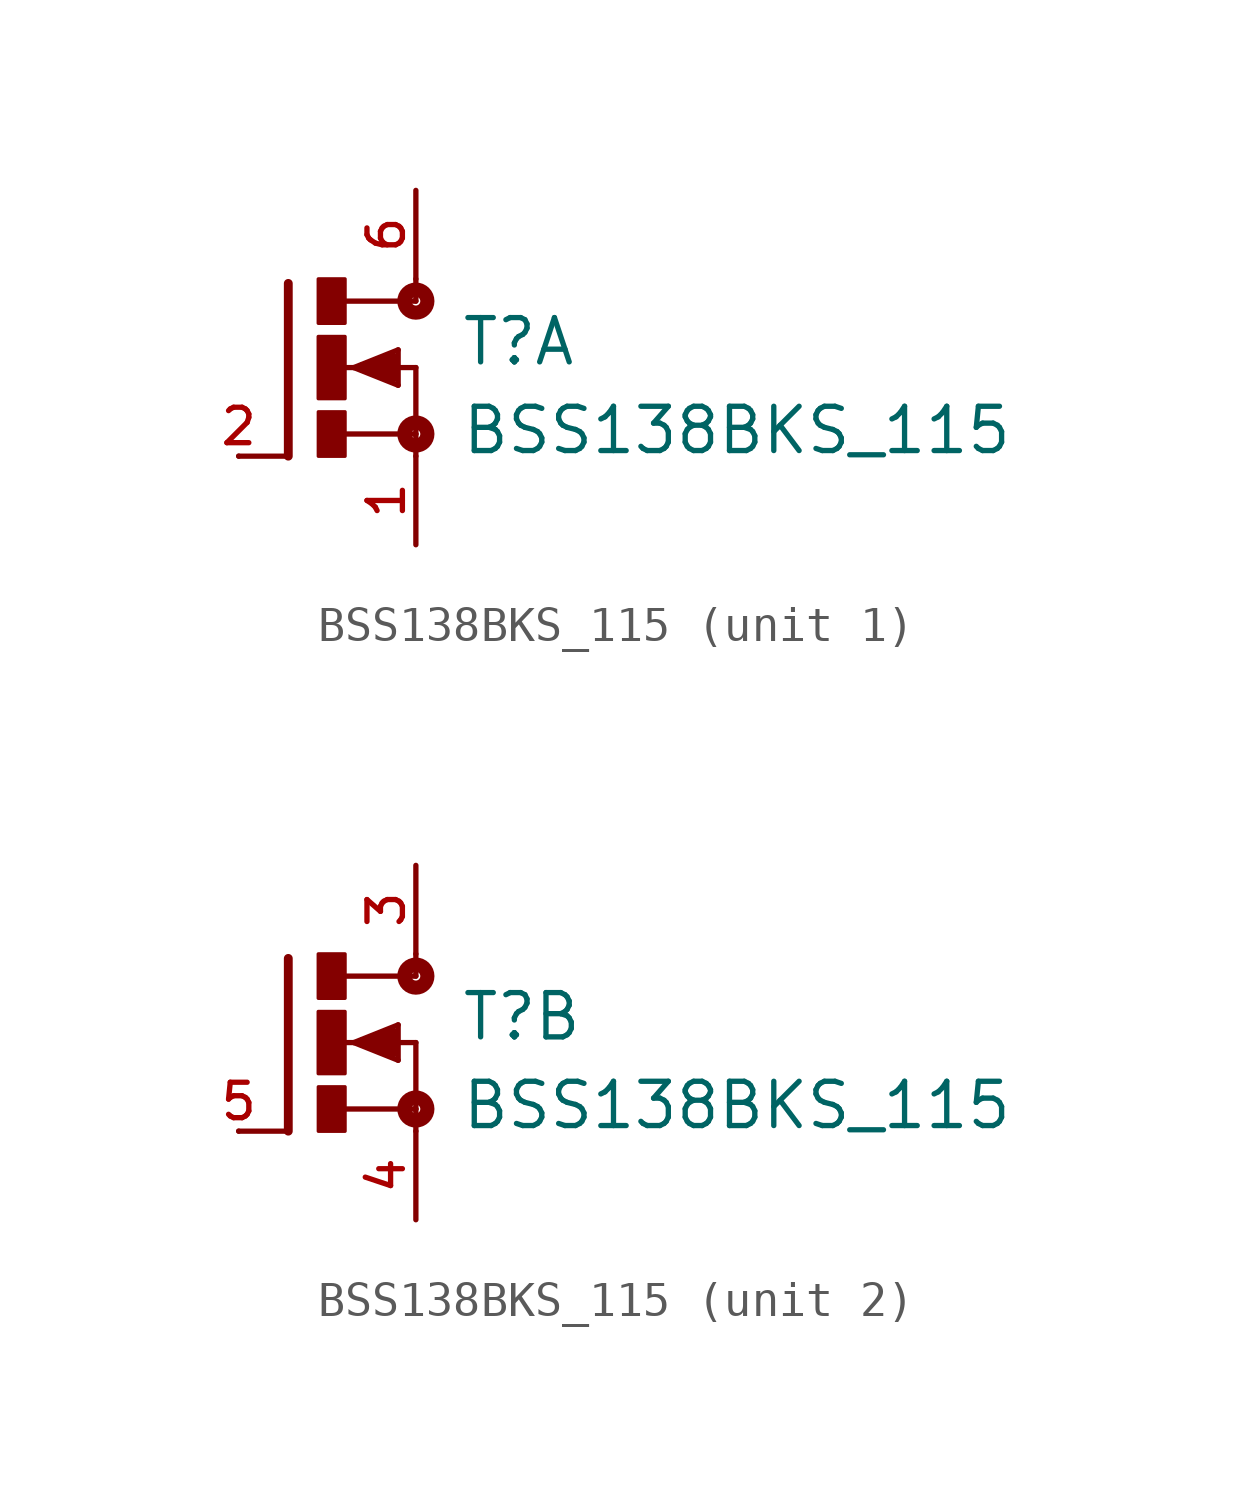
<source format=kicad_sym>
(kicad_symbol_lib
  (version 20211014)
  (generator kicad_symbol_editor)
  (symbol "BSS138BKS_115"
    (pin_names
      (offset 1.016))
    (property "Reference" "T"
      (at 1.272 0.0 0)
      (effects (font (size 1.27 1.27)) (justify bottom left)))
    (property "Value" "BSS138BKS_115"
      (at 1.272 -2.543 0)
      (effects (font (size 1.27 1.27)) (justify bottom left)))
    (symbol "BSS138BKS_115_1_0"
      (polyline (pts (xy -3.658 2.413) (xy -3.658 -2.54)) (stroke (width 0.254)))
      (polyline (pts (xy -3.658 -2.54) (xy -5.08 -2.54)) (stroke (width 0.152)))
      (polyline (pts (xy 0.0 1.905) (xy -2.007 1.905)) (stroke (width 0.152)))
      (polyline (pts (xy 0.0 0.0) (xy 0.0 -1.905)) (stroke (width 0.152)))
      (polyline (pts (xy -2.032 -1.905) (xy 0.0 -1.905)) (stroke (width 0.152)))
      (polyline (pts (xy 0.0 2.54) (xy 0.0 1.905)) (stroke (width 0.152)))
      (polyline (pts (xy 0.0 -1.905) (xy 0.0 -2.54)) (stroke (width 0.152)))
      (polyline (pts (xy -1.397 0.0) (xy -2.286 0.0)) (stroke (width 0.152)))
      (polyline (pts (xy -1.778 0.0) (xy -0.508 -0.508)) (stroke (width 0.152)))
      (polyline (pts (xy -0.508 -0.508) (xy -0.508 0.508)) (stroke (width 0.152)))
      (polyline (pts (xy -0.508 0.508) (xy -1.778 0.0)) (stroke (width 0.152)))
      (polyline (pts (xy -0.635 0.0) (xy 0.0 0.0)) (stroke (width 0.152)))
      (polyline (pts (xy -0.635 0.254) (xy -1.524 0.0)) (stroke (width 0.305)))
      (polyline (pts (xy -1.524 0.0) (xy -0.635 -0.254)) (stroke (width 0.305)))
      (polyline (pts (xy -0.635 -0.254) (xy -0.635 0.0)) (stroke (width 0.305)))
      (polyline (pts (xy -0.635 0.0) (xy -0.889 0.0)) (stroke (width 0.305)))
      (circle (center 0.0 -1.905) (radius 0.127) (stroke (width 0.406)) (fill (type none)))
      (circle (center 0.0 1.905) (radius 0.127) (stroke (width 0.406)) (fill (type none)))
      (rectangle (start -2.795 -2.541) (end -2.032 -1.27) (stroke (width 0.1)) (fill (type outline)))
      (rectangle (start -2.797 1.271) (end -2.032 2.54) (stroke (width 0.1)) (fill (type outline)))
      (rectangle (start -2.798 -0.89) (end -2.032 0.889) (stroke (width 0.1)) (fill (type outline)))
      (pin passive line (at -5.08 -2.54 0) (length 0) (name "~" (effects (font (size 1.016 1.016)))) (number "2" (effects (font (size 1.016 1.016)))))
      (pin passive line (at 0.0 5.08 270.0) (length 2.54) (name "~" (effects (font (size 1.016 1.016)))) (number "6" (effects (font (size 1.016 1.016)))))
      (pin passive line (at 0.0 -5.08 90.0) (length 2.54) (name "~" (effects (font (size 1.016 1.016)))) (number "1" (effects (font (size 1.016 1.016))))))
    (symbol "BSS138BKS_115_2_0"
      (polyline (pts (xy -3.658 2.413) (xy -3.658 -2.54)) (stroke (width 0.254)))
      (polyline (pts (xy -3.658 -2.54) (xy -5.08 -2.54)) (stroke (width 0.152)))
      (polyline (pts (xy 0.0 1.905) (xy -2.007 1.905)) (stroke (width 0.152)))
      (polyline (pts (xy 0.0 0.0) (xy 0.0 -1.905)) (stroke (width 0.152)))
      (polyline (pts (xy -2.032 -1.905) (xy 0.0 -1.905)) (stroke (width 0.152)))
      (polyline (pts (xy 0.0 2.54) (xy 0.0 1.905)) (stroke (width 0.152)))
      (polyline (pts (xy 0.0 -1.905) (xy 0.0 -2.54)) (stroke (width 0.152)))
      (polyline (pts (xy -1.397 0.0) (xy -2.286 0.0)) (stroke (width 0.152)))
      (polyline (pts (xy -1.778 0.0) (xy -0.508 -0.508)) (stroke (width 0.152)))
      (polyline (pts (xy -0.508 -0.508) (xy -0.508 0.508)) (stroke (width 0.152)))
      (polyline (pts (xy -0.508 0.508) (xy -1.778 0.0)) (stroke (width 0.152)))
      (polyline (pts (xy -0.635 0.0) (xy 0.0 0.0)) (stroke (width 0.152)))
      (polyline (pts (xy -0.635 0.254) (xy -1.524 0.0)) (stroke (width 0.305)))
      (polyline (pts (xy -1.524 0.0) (xy -0.635 -0.254)) (stroke (width 0.305)))
      (polyline (pts (xy -0.635 -0.254) (xy -0.635 0.0)) (stroke (width 0.305)))
      (polyline (pts (xy -0.635 0.0) (xy -0.889 0.0)) (stroke (width 0.305)))
      (circle (center 0.0 -1.905) (radius 0.127) (stroke (width 0.406)) (fill (type none)))
      (circle (center 0.0 1.905) (radius 0.127) (stroke (width 0.406)) (fill (type none)))
      (rectangle (start -2.795 -2.541) (end -2.032 -1.27) (stroke (width 0.1)) (fill (type outline)))
      (rectangle (start -2.797 1.271) (end -2.032 2.54) (stroke (width 0.1)) (fill (type outline)))
      (rectangle (start -2.798 -0.89) (end -2.032 0.889) (stroke (width 0.1)) (fill (type outline)))
      (pin passive line (at -5.08 -2.54 0) (length 0) (name "~" (effects (font (size 1.016 1.016)))) (number "5" (effects (font (size 1.016 1.016)))))
      (pin passive line (at 0.0 5.08 270.0) (length 2.54) (name "~" (effects (font (size 1.016 1.016)))) (number "3" (effects (font (size 1.016 1.016)))))
      (pin passive line (at 0.0 -5.08 90.0) (length 2.54) (name "~" (effects (font (size 1.016 1.016)))) (number "4" (effects (font (size 1.016 1.016))))))))
</source>
